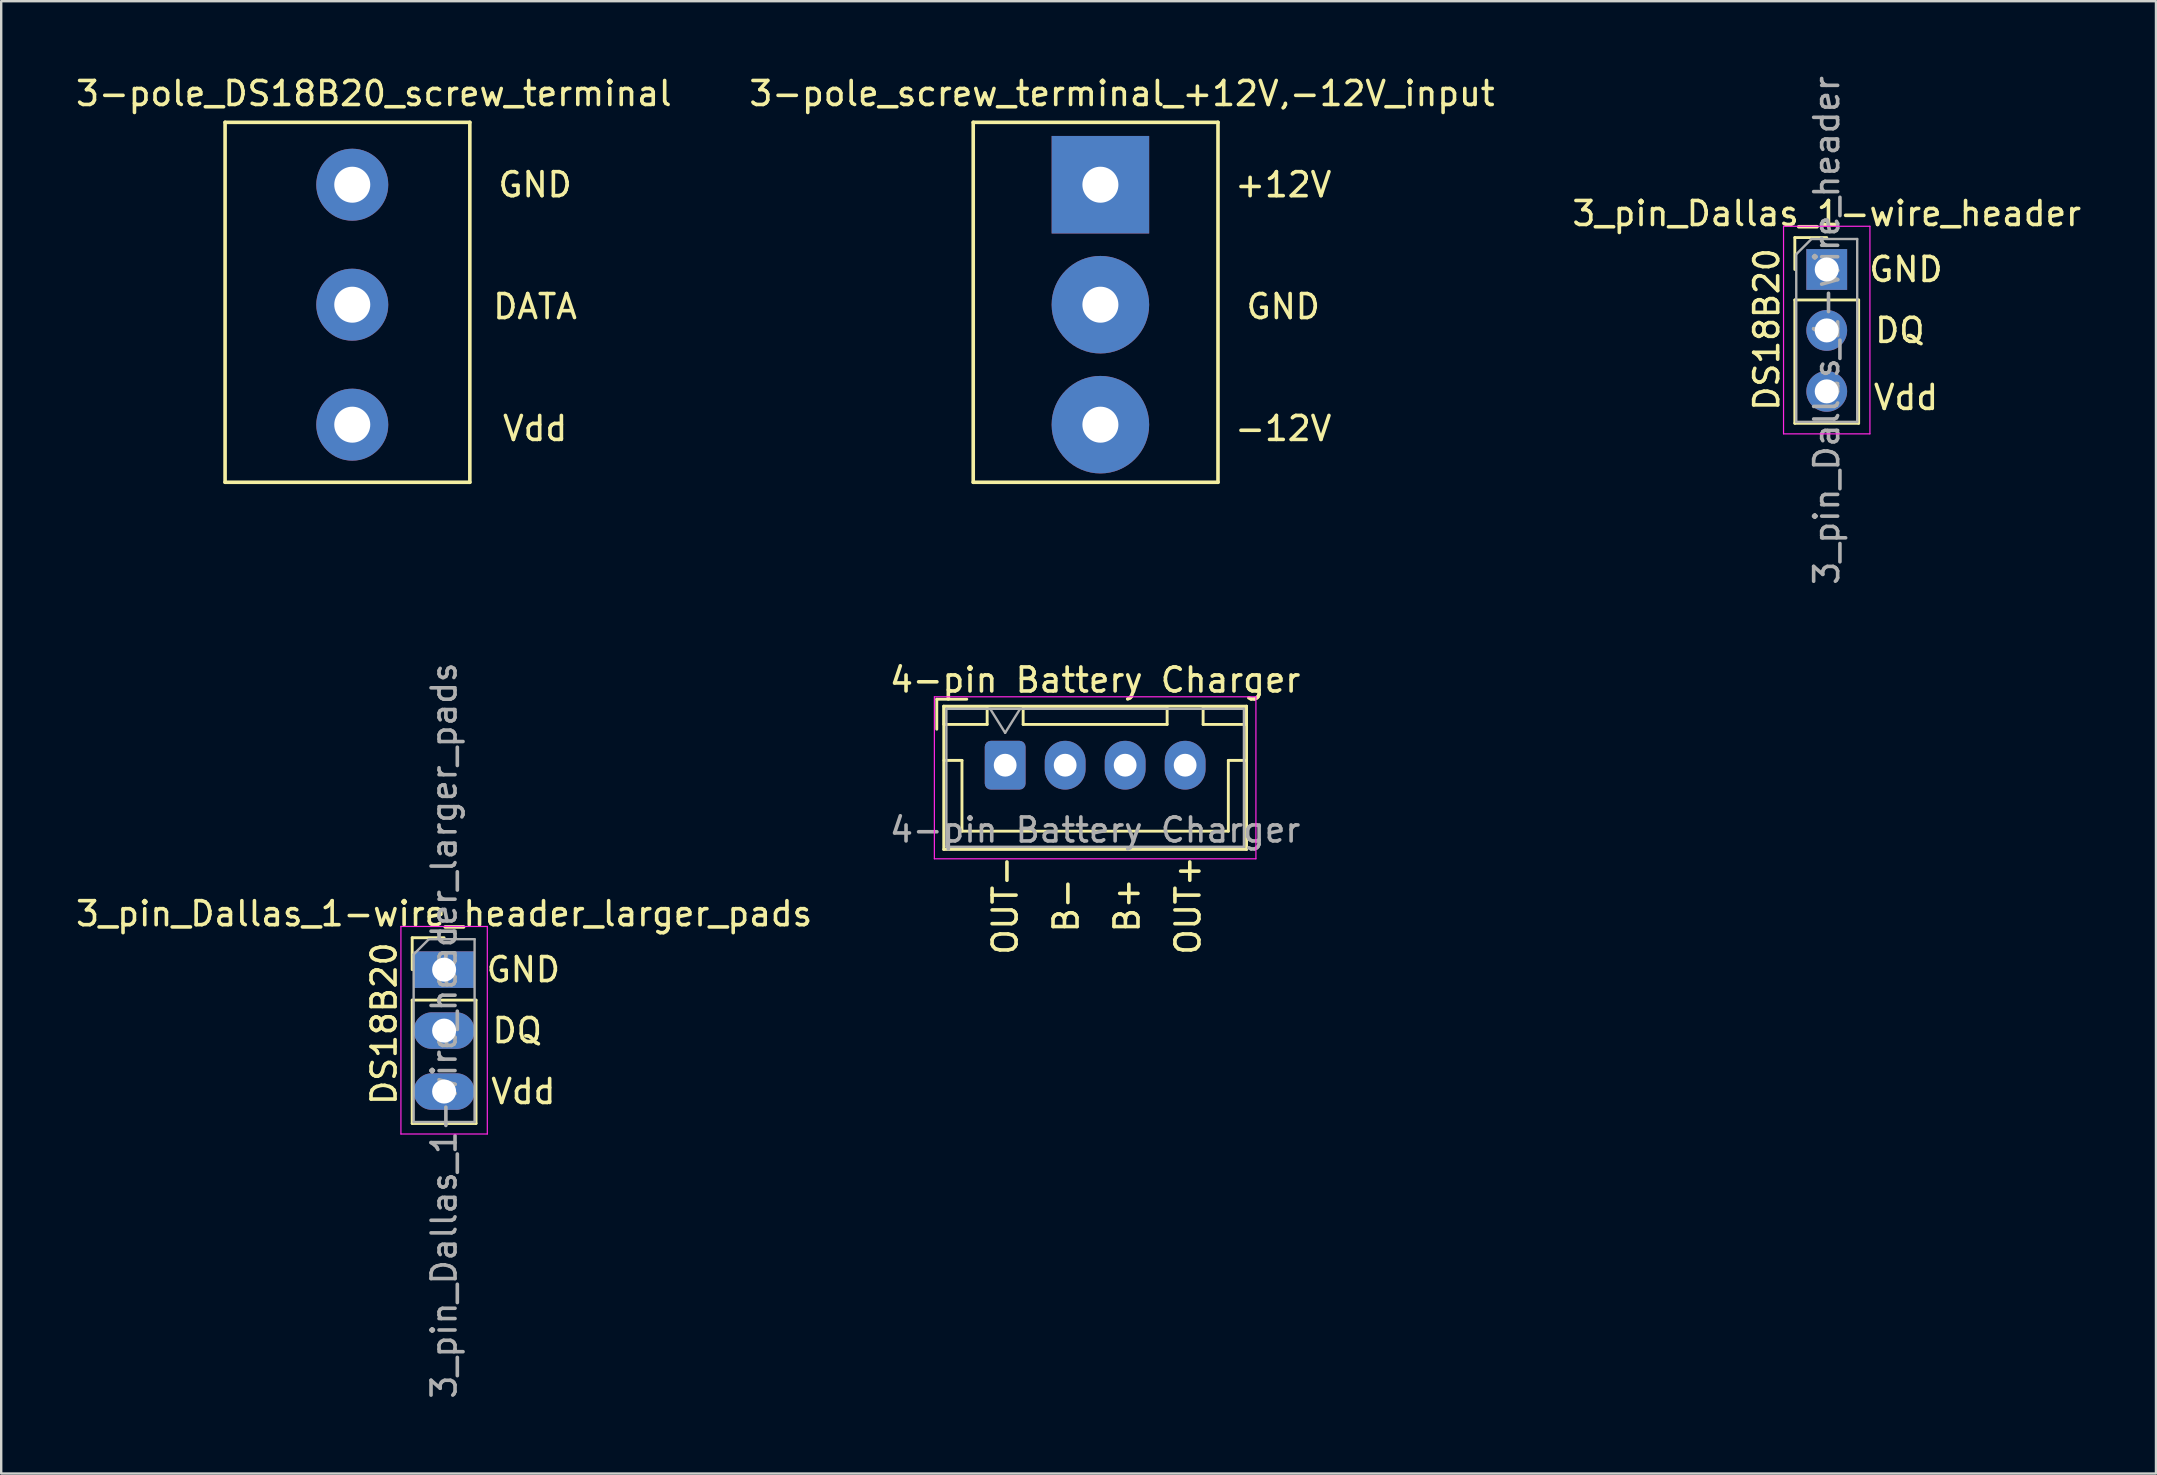
<source format=kicad_pcb>
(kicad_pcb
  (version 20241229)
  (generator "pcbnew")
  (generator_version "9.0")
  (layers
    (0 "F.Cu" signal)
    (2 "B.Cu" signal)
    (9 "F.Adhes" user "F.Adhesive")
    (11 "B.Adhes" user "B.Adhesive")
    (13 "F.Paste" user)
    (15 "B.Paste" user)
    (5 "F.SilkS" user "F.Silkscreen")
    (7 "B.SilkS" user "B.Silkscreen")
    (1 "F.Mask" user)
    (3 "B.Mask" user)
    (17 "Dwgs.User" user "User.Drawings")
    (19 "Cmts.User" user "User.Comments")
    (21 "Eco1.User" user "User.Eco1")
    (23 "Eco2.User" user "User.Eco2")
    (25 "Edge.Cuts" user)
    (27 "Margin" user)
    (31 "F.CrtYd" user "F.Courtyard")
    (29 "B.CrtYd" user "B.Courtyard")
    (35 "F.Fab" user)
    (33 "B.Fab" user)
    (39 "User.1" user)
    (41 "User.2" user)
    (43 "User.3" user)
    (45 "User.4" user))
  (footprint "3-pole_DS18B20_screw_terminal"
    (layer "F.Cu")
    (at 11.63 4.648)
    (property "Reference" "3-pole_DS18B20_screw_terminal" (at 0.9 -3.8 0) (layer "F.SilkS") (effects (font (size 1 1) (thickness 0.15))))
    (attr through_hole)
    (fp_line (start -5.3 -2.6) (end 4.9 -2.6) (stroke (width 0.15) (type solid)) (layer "F.SilkS"))
    (fp_line (start -5.3 12.4) (end -5.3 -2.6) (stroke (width 0.15) (type solid)) (layer "F.SilkS"))
    (fp_line (start 4.9 -2.6) (end 4.9 12.4) (stroke (width 0.15) (type solid)) (layer "F.SilkS"))
    (fp_line (start 4.9 12.4) (end -5.3 12.4) (stroke (width 0.15) (type solid)) (layer "F.SilkS"))
    (fp_text user "Vdd" (at 7.62 10.16 0) (layer "F.SilkS") (effects (font (size 1 1) (thickness 0.15))))
    (fp_text user "DATA" (at 7.62 5.08 0) (layer "F.SilkS") (effects (font (size 1 1) (thickness 0.15))))
    (fp_text user "GND" (at 7.62 0 0) (layer "F.SilkS") (effects (font (size 1 1) (thickness 0.15))))
    (pad "1" thru_hole circle (at 0 0) (size 3 3) (drill 1.5) (layers "*.Cu" "*.Mask"))
    (pad "2" thru_hole circle (at 0 5) (size 3 3) (drill 1.5) (layers "*.Cu" "*.Mask"))
    (pad "3" thru_hole circle (at 0 10) (size 3 3) (drill 1.5) (layers "*.Cu" "*.Mask")))
  (footprint "3_pin_Dallas_1-wire_header"
    (layer "F.Cu")
    (at 73.077 8.18)
    (property "Reference" "3_pin_Dallas_1-wire_header" (at 0 -2.33 0) (layer "F.SilkS") (effects (font (size 1 1) (thickness 0.15))))
    (attr through_hole)
    (fp_line (start -1.33 -1.33) (end 0 -1.33) (stroke (width 0.12) (type solid)) (layer "F.SilkS"))
    (fp_line (start -1.33 0) (end -1.33 -1.33) (stroke (width 0.12) (type solid)) (layer "F.SilkS"))
    (fp_line (start -1.33 1.27) (end -1.33 6.41) (stroke (width 0.12) (type solid)) (layer "F.SilkS"))
    (fp_line (start -1.33 1.27) (end 1.33 1.27) (stroke (width 0.12) (type solid)) (layer "F.SilkS"))
    (fp_line (start -1.33 6.41) (end 1.33 6.41) (stroke (width 0.12) (type solid)) (layer "F.SilkS"))
    (fp_line (start 1.33 1.27) (end 1.33 6.41) (stroke (width 0.12) (type solid)) (layer "F.SilkS"))
    (fp_line (start -1.8 -1.8) (end -1.8 6.85) (stroke (width 0.05) (type solid)) (layer "F.CrtYd"))
    (fp_line (start -1.8 6.85) (end 1.8 6.85) (stroke (width 0.05) (type solid)) (layer "F.CrtYd"))
    (fp_line (start 1.8 -1.8) (end -1.8 -1.8) (stroke (width 0.05) (type solid)) (layer "F.CrtYd"))
    (fp_line (start 1.8 6.85) (end 1.8 -1.8) (stroke (width 0.05) (type solid)) (layer "F.CrtYd"))
    (fp_line (start -1.27 -0.635) (end -0.635 -1.27) (stroke (width 0.1) (type solid)) (layer "F.Fab"))
    (fp_line (start -1.27 6.35) (end -1.27 -0.635) (stroke (width 0.1) (type solid)) (layer "F.Fab"))
    (fp_line (start -0.635 -1.27) (end 1.27 -1.27) (stroke (width 0.1) (type solid)) (layer "F.Fab"))
    (fp_line (start 1.27 -1.27) (end 1.27 6.35) (stroke (width 0.1) (type solid)) (layer "F.Fab"))
    (fp_line (start 1.27 6.35) (end -1.27 6.35) (stroke (width 0.1) (type solid)) (layer "F.Fab"))
    (fp_text user "Vdd" (at 3.302 5.334 0) (layer "F.SilkS") (effects (font (size 1 1) (thickness 0.15))))
    (fp_text user "GND" (at 3.302 0 0) (layer "F.SilkS") (effects (font (size 1 1) (thickness 0.15))))
    (fp_text user "DS18B20" (at -2.5 2.5 90) (layer "F.SilkS") (effects (font (size 1 1) (thickness 0.15))))
    (fp_text user "DQ" (at 3.048 2.54 0) (layer "F.SilkS") (effects (font (size 1 1) (thickness 0.15))))
    (fp_text user "${REFERENCE}" (at 0 2.54 90) (layer "F.Fab") (effects (font (size 1 1) (thickness 0.15))))
    (pad "1" thru_hole rect (at 0 0) (size 1.7 1.7) (drill 1) (layers "*.Cu" "*.Mask"))
    (pad "2" thru_hole oval (at 0 2.54) (size 1.7 1.7) (drill 1) (layers "*.Cu" "*.Mask"))
    (pad "3" thru_hole oval (at 0 5.08) (size 1.7 1.7) (drill 1) (layers "*.Cu" "*.Mask")))
  (footprint "3_pin_Dallas_1-wire_header_larger_pads"
    (layer "F.Cu")
    (at 15.458 37.359)
    (property "Reference" "3_pin_Dallas_1-wire_header_larger_pads" (at 0 -2.33 0) (layer "F.SilkS") (effects (font (size 1 1) (thickness 0.15))))
    (attr through_hole)
    (fp_line (start -1.33 -1.33) (end 0 -1.33) (stroke (width 0.12) (type solid)) (layer "F.SilkS"))
    (fp_line (start -1.33 0) (end -1.33 -1.33) (stroke (width 0.12) (type solid)) (layer "F.SilkS"))
    (fp_line (start -1.33 1.27) (end -1.33 6.41) (stroke (width 0.12) (type solid)) (layer "F.SilkS"))
    (fp_line (start -1.33 1.27) (end 1.33 1.27) (stroke (width 0.12) (type solid)) (layer "F.SilkS"))
    (fp_line (start -1.33 6.41) (end 1.33 6.41) (stroke (width 0.12) (type solid)) (layer "F.SilkS"))
    (fp_line (start 1.33 1.27) (end 1.33 6.41) (stroke (width 0.12) (type solid)) (layer "F.SilkS"))
    (fp_line (start -1.8 -1.8) (end -1.8 6.85) (stroke (width 0.05) (type solid)) (layer "F.CrtYd"))
    (fp_line (start -1.8 6.85) (end 1.8 6.85) (stroke (width 0.05) (type solid)) (layer "F.CrtYd"))
    (fp_line (start 1.8 -1.8) (end -1.8 -1.8) (stroke (width 0.05) (type solid)) (layer "F.CrtYd"))
    (fp_line (start 1.8 6.85) (end 1.8 -1.8) (stroke (width 0.05) (type solid)) (layer "F.CrtYd"))
    (fp_line (start -1.27 -0.635) (end -0.635 -1.27) (stroke (width 0.1) (type solid)) (layer "F.Fab"))
    (fp_line (start -1.27 6.35) (end -1.27 -0.635) (stroke (width 0.1) (type solid)) (layer "F.Fab"))
    (fp_line (start -0.635 -1.27) (end 1.27 -1.27) (stroke (width 0.1) (type solid)) (layer "F.Fab"))
    (fp_line (start 1.27 -1.27) (end 1.27 6.35) (stroke (width 0.1) (type solid)) (layer "F.Fab"))
    (fp_line (start 1.27 6.35) (end -1.27 6.35) (stroke (width 0.1) (type solid)) (layer "F.Fab"))
    (fp_text user "DS18B20" (at -2.5 2.25 90) (layer "F.SilkS") (effects (font (size 1 1) (thickness 0.15))))
    (fp_text user "Vdd" (at 3.302 5.08 0) (layer "F.SilkS") (effects (font (size 1 1) (thickness 0.15))))
    (fp_text user "DQ" (at 3.048 2.54 0) (layer "F.SilkS") (effects (font (size 1 1) (thickness 0.15))))
    (fp_text user "GND" (at 3.302 0 0) (layer "F.SilkS") (effects (font (size 1 1) (thickness 0.15))))
    (fp_text user "${REFERENCE}" (at 0 2.54 90) (layer "F.Fab") (effects (font (size 1 1) (thickness 0.15))))
    (pad "1" thru_hole rect (at 0 0) (size 2.54 1.524) (drill 1) (layers "*.Cu" "*.Mask"))
    (pad "2" thru_hole oval (at 0 2.54) (size 2.54 1.524) (drill 1) (layers "*.Cu" "*.Mask"))
    (pad "3" thru_hole oval (at 0 5.08) (size 2.54 1.524) (drill 1) (layers "*.Cu" "*.Mask")))
  (footprint "3-pole_screw_terminal_+12V,-12V_input"
    (layer "F.Cu")
    (at 42.808 4.648)
    (property "Reference" "3-pole_screw_terminal_+12V,-12V_input" (at 0.9 -3.8 0) (layer "F.SilkS") (effects (font (size 1 1) (thickness 0.15))))
    (attr through_hole)
    (fp_line (start -5.3 -2.6) (end 4.9 -2.6) (stroke (width 0.15) (type solid)) (layer "F.SilkS"))
    (fp_line (start -5.3 12.4) (end -5.3 -2.6) (stroke (width 0.15) (type solid)) (layer "F.SilkS"))
    (fp_line (start 4.9 -2.6) (end 4.9 12.4) (stroke (width 0.15) (type solid)) (layer "F.SilkS"))
    (fp_line (start 4.9 12.4) (end -5.3 12.4) (stroke (width 0.15) (type solid)) (layer "F.SilkS"))
    (fp_text user "GND" (at 7.62 5.08 0) (layer "F.SilkS") (effects (font (size 1 1) (thickness 0.15))))
    (fp_text user "+12V" (at 7.62 0 0) (layer "F.SilkS") (effects (font (size 1 1) (thickness 0.15))))
    (fp_text user "-12V" (at 7.62 10.16 0) (layer "F.SilkS") (effects (font (size 1 1) (thickness 0.15))))
    (pad "1" thru_hole rect (at 0 0) (size 4.064 4.064) (drill 1.5) (layers "*.Cu" "*.Mask"))
    (pad "2" thru_hole circle (at 0 5) (size 4.064 4.064) (drill 1.5) (layers "*.Cu" "*.Mask"))
    (pad "3" thru_hole circle (at 0 10) (size 4.064 4.064) (drill 1.5) (layers "*.Cu" "*.Mask")))
  (footprint "4-pin Battery Charger"
    (layer "F.Cu")
    (at 38.839 28.839)
    (property "Reference" "4-pin Battery Charger" (at 3.75 -3.55 0) (layer "F.SilkS") (effects (font (size 1 1) (thickness 0.15))))
    (attr through_hole)
    (fp_line (start -2.85 -2.75) (end -2.85 -1.5) (stroke (width 0.12) (type solid)) (layer "F.SilkS"))
    (fp_line (start -2.56 -2.46) (end -2.56 3.51) (stroke (width 0.12) (type solid)) (layer "F.SilkS"))
    (fp_line (start -2.56 3.51) (end 10.06 3.51) (stroke (width 0.12) (type solid)) (layer "F.SilkS"))
    (fp_line (start -2.55 -2.45) (end -2.55 -1.7) (stroke (width 0.12) (type solid)) (layer "F.SilkS"))
    (fp_line (start -2.55 -1.7) (end -0.75 -1.7) (stroke (width 0.12) (type solid)) (layer "F.SilkS"))
    (fp_line (start -2.55 -0.2) (end -1.8 -0.2) (stroke (width 0.12) (type solid)) (layer "F.SilkS"))
    (fp_line (start -1.8 -0.2) (end -1.8 2.75) (stroke (width 0.12) (type solid)) (layer "F.SilkS"))
    (fp_line (start -1.8 2.75) (end 3.75 2.75) (stroke (width 0.12) (type solid)) (layer "F.SilkS"))
    (fp_line (start -1.6 -2.75) (end -2.85 -2.75) (stroke (width 0.12) (type solid)) (layer "F.SilkS"))
    (fp_line (start -0.75 -2.45) (end -2.55 -2.45) (stroke (width 0.12) (type solid)) (layer "F.SilkS"))
    (fp_line (start -0.75 -1.7) (end -0.75 -2.45) (stroke (width 0.12) (type solid)) (layer "F.SilkS"))
    (fp_line (start 0.75 -2.45) (end 0.75 -1.7) (stroke (width 0.12) (type solid)) (layer "F.SilkS"))
    (fp_line (start 0.75 -1.7) (end 6.75 -1.7) (stroke (width 0.12) (type solid)) (layer "F.SilkS"))
    (fp_line (start 6.75 -2.45) (end 0.75 -2.45) (stroke (width 0.12) (type solid)) (layer "F.SilkS"))
    (fp_line (start 6.75 -1.7) (end 6.75 -2.45) (stroke (width 0.12) (type solid)) (layer "F.SilkS"))
    (fp_line (start 8.25 -2.45) (end 8.25 -1.7) (stroke (width 0.12) (type solid)) (layer "F.SilkS"))
    (fp_line (start 8.25 -1.7) (end 10.05 -1.7) (stroke (width 0.12) (type solid)) (layer "F.SilkS"))
    (fp_line (start 9.3 -0.2) (end 9.3 2.75) (stroke (width 0.12) (type solid)) (layer "F.SilkS"))
    (fp_line (start 9.3 2.75) (end 3.75 2.75) (stroke (width 0.12) (type solid)) (layer "F.SilkS"))
    (fp_line (start 10.05 -2.45) (end 8.25 -2.45) (stroke (width 0.12) (type solid)) (layer "F.SilkS"))
    (fp_line (start 10.05 -1.7) (end 10.05 -2.45) (stroke (width 0.12) (type solid)) (layer "F.SilkS"))
    (fp_line (start 10.05 -0.2) (end 9.3 -0.2) (stroke (width 0.12) (type solid)) (layer "F.SilkS"))
    (fp_line (start 10.06 -2.46) (end -2.56 -2.46) (stroke (width 0.12) (type solid)) (layer "F.SilkS"))
    (fp_line (start 10.06 3.51) (end 10.06 -2.46) (stroke (width 0.12) (type solid)) (layer "F.SilkS"))
    (fp_line (start -2.95 -2.85) (end -2.95 3.9) (stroke (width 0.05) (type solid)) (layer "F.CrtYd"))
    (fp_line (start -2.95 3.9) (end 10.45 3.9) (stroke (width 0.05) (type solid)) (layer "F.CrtYd"))
    (fp_line (start 10.45 -2.85) (end -2.95 -2.85) (stroke (width 0.05) (type solid)) (layer "F.CrtYd"))
    (fp_line (start 10.45 3.9) (end 10.45 -2.85) (stroke (width 0.05) (type solid)) (layer "F.CrtYd"))
    (fp_line (start -2.45 -2.35) (end -2.45 3.4) (stroke (width 0.1) (type solid)) (layer "F.Fab"))
    (fp_line (start -2.45 3.4) (end 9.95 3.4) (stroke (width 0.1) (type solid)) (layer "F.Fab"))
    (fp_line (start -0.625 -2.35) (end 0 -1.35) (stroke (width 0.1) (type solid)) (layer "F.Fab"))
    (fp_line (start 0 -1.35) (end 0.625 -2.35) (stroke (width 0.1) (type solid)) (layer "F.Fab"))
    (fp_line (start 9.95 -2.35) (end -2.45 -2.35) (stroke (width 0.1) (type solid)) (layer "F.Fab"))
    (fp_line (start 9.95 3.4) (end 9.95 -2.35) (stroke (width 0.1) (type solid)) (layer "F.Fab"))
    (fp_text user "OUT+" (at 7.62 5.842 90) (unlocked yes) (layer "F.SilkS") (effects (font (size 1 1) (thickness 0.15))))
    (fp_text user "B-" (at 2.54 5.842 90) (unlocked yes) (layer "F.SilkS") (effects (font (size 1 1) (thickness 0.15))))
    (fp_text user "B+" (at 5.08 5.842 90) (unlocked yes) (layer "F.SilkS") (effects (font (size 1 1) (thickness 0.15))))
    (fp_text user "OUT-" (at 0 5.842 90) (unlocked yes) (layer "F.SilkS") (effects (font (size 1 1) (thickness 0.15))))
    (fp_text user "${REFERENCE}" (at 3.75 2.7 0) (layer "F.Fab") (effects (font (size 1 1) (thickness 0.15))))
    (pad "1" thru_hole roundrect (at 0 0) (size 1.7 2.032) (drill 0.95) (layers "*.Cu" "*.Mask") (roundrect_rratio 0.147))
    (pad "2" thru_hole oval (at 2.5 0) (size 1.7 2.032) (drill 0.95) (layers "*.Cu" "*.Mask"))
    (pad "3" thru_hole oval (at 5 0) (size 1.7 2.032) (drill 0.95) (layers "*.Cu" "*.Mask"))
    (pad "4" thru_hole oval (at 7.5 0) (size 1.7 2.032) (drill 0.95) (layers "*.Cu" "*.Mask")))
  (gr_rect
    (start -3 -3)
    (end 86.798 58.357)
    (stroke (width 0.1) (type default))
    (fill no)
    (layer "Edge.Cuts")))
</source>
